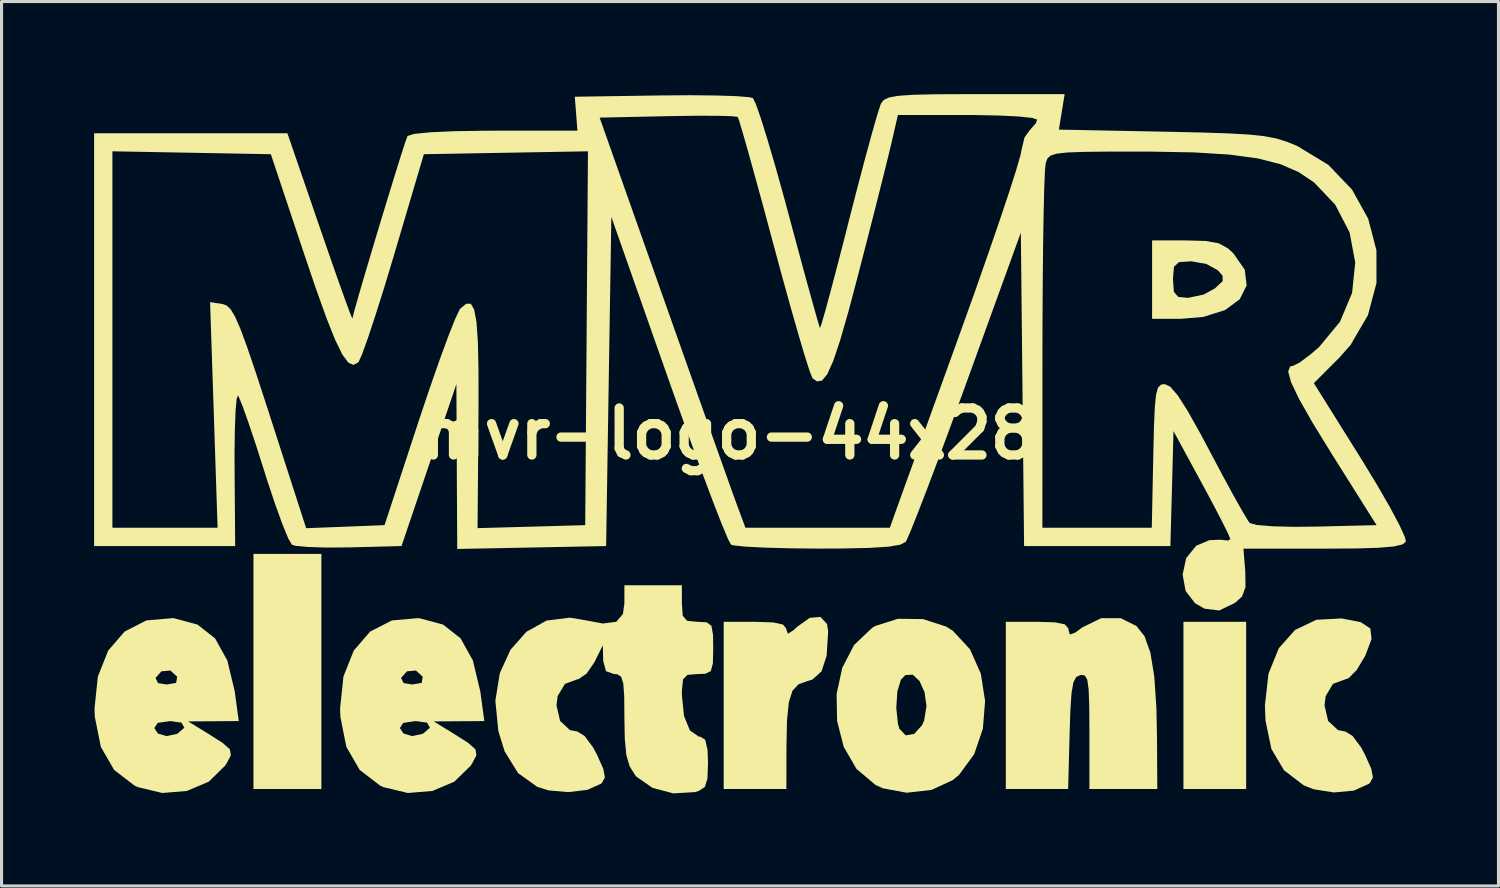
<source format=kicad_pcb>
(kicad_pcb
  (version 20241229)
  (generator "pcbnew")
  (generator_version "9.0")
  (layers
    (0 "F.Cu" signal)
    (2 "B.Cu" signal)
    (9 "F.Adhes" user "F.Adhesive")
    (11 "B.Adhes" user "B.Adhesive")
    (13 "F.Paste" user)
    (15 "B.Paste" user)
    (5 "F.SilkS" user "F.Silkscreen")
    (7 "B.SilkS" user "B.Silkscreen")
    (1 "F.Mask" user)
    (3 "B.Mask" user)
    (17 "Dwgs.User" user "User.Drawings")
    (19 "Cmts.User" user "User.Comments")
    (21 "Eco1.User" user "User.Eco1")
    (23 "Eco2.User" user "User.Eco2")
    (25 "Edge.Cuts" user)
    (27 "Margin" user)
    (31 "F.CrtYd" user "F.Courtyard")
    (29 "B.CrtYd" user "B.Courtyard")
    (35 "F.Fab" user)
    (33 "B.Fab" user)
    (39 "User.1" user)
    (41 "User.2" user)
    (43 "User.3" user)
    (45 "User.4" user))
  (footprint "mvr-logo-44x28"
    (layer "F.Cu")
    (at 20.574 11.007)
    (property "Reference" "mvr-logo-44x28" (at 0 0 0) (layer "F.SilkS") (effects (font (size 1.524 1.524) (thickness 0.3))))
    (attr board_only exclude_from_pos_files exclude_from_bom)
    (fp_poly (pts (xy -13.208 11.515) (xy -15.409 11.515) (xy -15.409 3.895) (xy -13.208 3.895)) (stroke (width 0) (type solid)) (fill yes) (layer "F.SilkS"))
    (fp_poly (pts (xy 16.764 11.515) (xy 14.732 11.515) (xy 14.732 6.096) (xy 16.764 6.096)) (stroke (width 0) (type solid)) (fill yes) (layer "F.SilkS"))
    (fp_poly (pts (xy 3.181 6.168) (xy 3.217 6.413) (xy 3.167 7.198) (xy 3.003 7.701) (xy 2.707 7.967) (xy 2.544 8.017) (xy 2.254 8.121) (xy 2.059 8.333) (xy 1.941 8.71) (xy 1.882 9.309) (xy 1.865 10.189) (xy 1.865 10.202) (xy 1.863 11.515) (xy -0.169 11.515) (xy -0.169 6.096) (xy 0.847 6.096) (xy 1.437 6.116) (xy 1.753 6.185) (xy 1.861 6.319) (xy 1.863 6.35) (xy 1.913 6.483) (xy 2.099 6.364) (xy 2.201 6.265) (xy 2.621 5.967) (xy 2.969 5.938)) (stroke (width 0) (type solid)) (fill yes) (layer "F.SilkS"))
    (fp_poly (pts (xy 15.464 -6.247) (xy 15.877 -6.171) (xy 16.175 -6.007) (xy 16.348 -5.85) (xy 16.719 -5.315) (xy 16.78 -4.807) (xy 16.557 -4.359) (xy 16.079 -4.007) (xy 15.373 -3.785) (xy 14.656 -3.725) (xy 13.716 -3.725) (xy 13.716 -4.995) (xy 14.393 -4.995) (xy 14.422 -4.597) (xy 14.565 -4.433) (xy 14.883 -4.403) (xy 15.388 -4.511) (xy 15.75 -4.709) (xy 16.002 -4.945) (xy 16 -5.122) (xy 15.841 -5.301) (xy 15.476 -5.501) (xy 14.99 -5.588) (xy 14.974 -5.588) (xy 14.585 -5.561) (xy 14.425 -5.411) (xy 14.393 -5.034) (xy 14.393 -4.995) (xy 13.716 -4.995) (xy 13.716 -6.265) (xy 14.824 -6.265)) (stroke (width 0) (type solid)) (fill yes) (layer "F.SilkS"))
    (fp_poly (pts (xy 12.701 5.979) (xy 13.211 6.234) (xy 13.47 6.562) (xy 13.66 7.092) (xy 13.786 7.859) (xy 13.856 8.9) (xy 13.875 9.864) (xy 13.885 11.515) (xy 11.684 11.515) (xy 11.684 9.64) (xy 11.679 8.82) (xy 11.659 8.283) (xy 11.615 7.974) (xy 11.537 7.837) (xy 11.416 7.817) (xy 11.388 7.821) (xy 11.254 7.887) (xy 11.163 8.065) (xy 11.104 8.412) (xy 11.066 8.989) (xy 11.043 9.696) (xy 10.995 11.515) (xy 8.975 11.515) (xy 8.975 6.096) (xy 9.991 6.096) (xy 10.574 6.114) (xy 10.889 6.18) (xy 11.002 6.311) (xy 11.007 6.362) (xy 11.05 6.509) (xy 11.226 6.445) (xy 11.453 6.278) (xy 12.066 5.978)) (stroke (width 0) (type solid)) (fill yes) (layer "F.SilkS"))
    (fp_poly (pts (xy 20.477 6.107) (xy 20.789 6.312) (xy 20.829 6.653) (xy 20.629 7.185) (xy 20.616 7.21) (xy 20.347 7.658) (xy 20.084 7.923) (xy 19.981 7.959) (xy 19.577 8.107) (xy 19.342 8.504) (xy 19.304 8.805) (xy 19.422 9.31) (xy 19.74 9.605) (xy 19.981 9.652) (xy 20.213 9.795) (xy 20.489 10.165) (xy 20.616 10.401) (xy 20.824 10.869) (xy 20.872 11.143) (xy 20.775 11.317) (xy 20.741 11.347) (xy 20.254 11.567) (xy 19.609 11.627) (xy 18.947 11.522) (xy 18.632 11.397) (xy 17.992 10.909) (xy 17.583 10.22) (xy 17.391 9.297) (xy 17.372 8.805) (xy 17.489 7.777) (xy 17.823 6.952) (xy 18.348 6.36) (xy 19.041 6.03) (xy 19.861 5.987)) (stroke (width 0) (type solid)) (fill yes) (layer "F.SilkS"))
    (fp_poly (pts (xy 6.29 6.008) (xy 7.038 6.249) (xy 7.258 6.386) (xy 7.816 6.99) (xy 8.165 7.777) (xy 8.303 8.661) (xy 8.232 9.558) (xy 7.951 10.385) (xy 7.46 11.056) (xy 7.258 11.225) (xy 6.566 11.544) (xy 5.761 11.636) (xy 4.986 11.491) (xy 4.75 11.382) (xy 4.136 10.865) (xy 3.722 10.15) (xy 3.507 9.314) (xy 3.499 8.889) (xy 5.425 8.889) (xy 5.478 9.402) (xy 5.525 9.562) (xy 5.729 9.776) (xy 6.006 9.728) (xy 6.259 9.449) (xy 6.328 9.293) (xy 6.404 8.828) (xy 6.341 8.379) (xy 6.179 8.017) (xy 5.957 7.808) (xy 5.716 7.824) (xy 5.574 7.976) (xy 5.459 8.355) (xy 5.425 8.889) (xy 3.499 8.889) (xy 3.491 8.434) (xy 3.674 7.587) (xy 4.057 6.848) (xy 4.64 6.294) (xy 4.75 6.228) (xy 5.479 5.998)) (stroke (width 0) (type solid)) (fill yes) (layer "F.SilkS"))
    (fp_poly (pts (xy -17.985 5.981) (xy -17.224 6.185) (xy -16.653 6.634) (xy -16.257 7.348) (xy -16.016 8.35) (xy -16.006 8.424) (xy -15.886 9.313) (xy -16.706 9.319) (xy -17.526 9.324) (xy -16.889 9.715) (xy -16.408 10.021) (xy -16.173 10.23) (xy -16.142 10.422) (xy -16.275 10.675) (xy -16.331 10.762) (xy -16.857 11.277) (xy -17.567 11.578) (xy -18.364 11.644) (xy -19.154 11.455) (xy -19.261 11.406) (xy -19.924 10.898) (xy -20.356 10.15) (xy -20.478 9.539) (xy -18.622 9.539) (xy -18.507 9.716) (xy -18.228 9.8) (xy -17.879 9.726) (xy -17.657 9.537) (xy -17.652 9.525) (xy -17.74 9.364) (xy -18.105 9.313) (xy -18.515 9.372) (xy -18.622 9.539) (xy -20.478 9.539) (xy -20.551 9.177) (xy -20.561 8.906) (xy -20.457 7.916) (xy -18.584 7.916) (xy -18.502 8.082) (xy -18.223 8.128) (xy -17.915 8.075) (xy -17.883 7.888) (xy -17.891 7.866) (xy -18.104 7.674) (xy -18.393 7.701) (xy -18.584 7.916) (xy -20.457 7.916) (xy -20.452 7.869) (xy -20.117 7.027) (xy -19.584 6.411) (xy -18.88 6.051) (xy -18.031 5.977)) (stroke (width 0) (type solid)) (fill yes) (layer "F.SilkS"))
    (fp_poly (pts (xy -10.026 5.981) (xy -9.265 6.185) (xy -8.695 6.634) (xy -8.298 7.348) (xy -8.058 8.35) (xy -8.047 8.424) (xy -7.927 9.313) (xy -8.747 9.319) (xy -9.567 9.324) (xy -8.931 9.715) (xy -8.449 10.021) (xy -8.214 10.23) (xy -8.184 10.422) (xy -8.316 10.675) (xy -8.372 10.762) (xy -8.899 11.277) (xy -9.608 11.578) (xy -10.406 11.644) (xy -11.196 11.455) (xy -11.302 11.406) (xy -11.965 10.898) (xy -12.398 10.15) (xy -12.52 9.539) (xy -10.664 9.539) (xy -10.548 9.716) (xy -10.269 9.8) (xy -9.921 9.726) (xy -9.698 9.537) (xy -9.693 9.525) (xy -9.782 9.364) (xy -10.146 9.313) (xy -10.556 9.372) (xy -10.664 9.539) (xy -12.52 9.539) (xy -12.592 9.177) (xy -12.602 8.906) (xy -12.498 7.916) (xy -10.626 7.916) (xy -10.543 8.082) (xy -10.264 8.128) (xy -9.956 8.075) (xy -9.925 7.888) (xy -9.933 7.866) (xy -10.145 7.674) (xy -10.435 7.701) (xy -10.626 7.916) (xy -12.498 7.916) (xy -12.493 7.869) (xy -12.158 7.027) (xy -11.626 6.411) (xy -10.921 6.051) (xy -10.072 5.977)) (stroke (width 0) (type solid)) (fill yes) (layer "F.SilkS"))
    (fp_poly (pts (xy -1.524 5.503) (xy -1.496 5.902) (xy -1.352 6.065) (xy -1.016 6.096) (xy -0.715 6.114) (xy -0.565 6.228) (xy -0.514 6.525) (xy -0.508 6.943) (xy -0.519 7.444) (xy -0.587 7.694) (xy -0.765 7.78) (xy -1.016 7.789) (xy -1.34 7.815) (xy -1.485 7.958) (xy -1.523 8.313) (xy -1.524 8.478) (xy -1.454 9.153) (xy -1.262 9.619) (xy -0.973 9.818) (xy -0.925 9.821) (xy -0.768 9.919) (xy -0.692 10.25) (xy -0.677 10.665) (xy -0.695 11.175) (xy -0.779 11.447) (xy -0.973 11.577) (xy -1.102 11.615) (xy -1.8 11.657) (xy -2.476 11.478) (xy -2.996 11.116) (xy -3.041 11.062) (xy -3.22 10.774) (xy -3.325 10.411) (xy -3.375 9.881) (xy -3.387 9.206) (xy -3.393 8.513) (xy -3.423 8.091) (xy -3.493 7.875) (xy -3.618 7.797) (xy -3.725 7.789) (xy -3.985 7.696) (xy -4.073 7.366) (xy -4.075 7.324) (xy -4.086 6.858) (xy -4.36 7.408) (xy -4.61 7.773) (xy -4.871 7.954) (xy -4.908 7.959) (xy -5.314 8.107) (xy -5.551 8.504) (xy -5.588 8.805) (xy -5.47 9.31) (xy -5.152 9.605) (xy -4.911 9.652) (xy -4.679 9.795) (xy -4.403 10.165) (xy -4.276 10.401) (xy -4.068 10.869) (xy -4.02 11.143) (xy -4.117 11.317) (xy -4.151 11.347) (xy -4.592 11.543) (xy -5.205 11.616) (xy -5.84 11.561) (xy -6.21 11.446) (xy -6.832 11) (xy -7.268 10.297) (xy -7.474 9.63) (xy -7.569 8.654) (xy -7.426 7.763) (xy -7.079 7.003) (xy -6.563 6.419) (xy -5.911 6.057) (xy -5.158 5.961) (xy -4.765 6.025) (xy -4.081 6.151) (xy -3.65 6.095) (xy -3.434 5.841) (xy -3.387 5.492) (xy -3.387 4.911) (xy -1.524 4.911)) (stroke (width 0) (type solid)) (fill yes) (layer "F.SilkS"))
    (fp_poly (pts (xy 10.788 -10.431) (xy 10.695 -9.856) (xy 14.11 -9.789) (xy 15.29 -9.763) (xy 16.188 -9.734) (xy 16.86 -9.696) (xy 17.362 -9.642) (xy 17.751 -9.567) (xy 18.083 -9.464) (xy 18.415 -9.328) (xy 18.421 -9.325) (xy 19.426 -8.715) (xy 20.196 -7.912) (xy 20.719 -6.97) (xy 20.987 -5.943) (xy 20.988 -4.882) (xy 20.711 -3.841) (xy 20.146 -2.873) (xy 19.79 -2.471) (xy 18.959 -1.639) (xy 20.494 0.816) (xy 20.994 1.636) (xy 21.416 2.367) (xy 21.731 2.957) (xy 21.912 3.355) (xy 21.942 3.498) (xy 21.831 3.589) (xy 21.55 3.654) (xy 21.058 3.696) (xy 20.311 3.719) (xy 19.269 3.725) (xy 19.266 3.725) (xy 16.677 3.725) (xy 16.736 4.467) (xy 16.743 4.971) (xy 16.631 5.276) (xy 16.403 5.483) (xy 15.891 5.729) (xy 15.416 5.671) (xy 15.108 5.494) (xy 14.801 5.095) (xy 14.706 4.565) (xy 14.82 4.035) (xy 15.14 3.636) (xy 15.156 3.625) (xy 15.574 3.45) (xy 15.918 3.436) (xy 16.187 3.462) (xy 16.253 3.413) (xy 16.175 3.228) (xy 15.967 2.811) (xy 15.661 2.225) (xy 15.33 1.609) (xy 14.41 -0.085) (xy 14.359 1.778) (xy 14.309 3.641) (xy 9.567 3.641) (xy 9.561 3.048) (xy 10.16 3.048) (xy 13.706 3.048) (xy 13.754 0.72) (xy 13.776 -0.211) (xy 13.803 -0.854) (xy 13.844 -1.264) (xy 13.907 -1.491) (xy 14.001 -1.589) (xy 14.123 -1.609) (xy 14.303 -1.524) (xy 14.543 -1.248) (xy 14.864 -0.747) (xy 15.289 0.011) (xy 15.582 0.562) (xy 15.999 1.348) (xy 16.371 2.031) (xy 16.665 2.552) (xy 16.849 2.852) (xy 16.883 2.896) (xy 17.112 2.958) (xy 17.611 3) (xy 18.311 3.018) (xy 19.018 3.011) (xy 20.991 2.963) (xy 19.555 0.681) (xy 18.923 -0.346) (xy 18.48 -1.124) (xy 18.218 -1.673) (xy 18.126 -2.018) (xy 18.193 -2.181) (xy 18.288 -2.201) (xy 18.5 -2.307) (xy 18.86 -2.578) (xy 19.124 -2.805) (xy 19.805 -3.628) (xy 20.197 -4.562) (xy 20.3 -5.547) (xy 20.118 -6.521) (xy 19.65 -7.424) (xy 18.965 -8.145) (xy 18.465 -8.48) (xy 17.873 -8.737) (xy 17.141 -8.923) (xy 16.221 -9.047) (xy 15.068 -9.118) (xy 13.632 -9.144) (xy 13.362 -9.144) (xy 12.29 -9.143) (xy 11.508 -9.135) (xy 10.969 -9.115) (xy 10.624 -9.077) (xy 10.426 -9.015) (xy 10.326 -8.922) (xy 10.275 -8.794) (xy 10.267 -8.763) (xy 10.242 -8.507) (xy 10.22 -7.955) (xy 10.2 -7.149) (xy 10.184 -6.132) (xy 10.172 -4.947) (xy 10.164 -3.636) (xy 10.162 -2.667) (xy 10.16 3.048) (xy 9.561 3.048) (xy 9.515 -1.439) (xy 9.462 -6.519) (xy 7.685 -1.615) (xy 7.238 -0.389) (xy 6.82 0.74) (xy 6.447 1.729) (xy 6.135 2.539) (xy 5.9 3.129) (xy 5.757 3.457) (xy 5.728 3.507) (xy 5.552 3.597) (xy 5.172 3.661) (xy 4.551 3.701) (xy 3.654 3.72) (xy 2.9 3.723) (xy 1.979 3.714) (xy 1.173 3.692) (xy 0.544 3.66) (xy 0.157 3.62) (xy 0.069 3.596) (xy -0.03 3.411) (xy -0.225 2.945) (xy -0.502 2.236) (xy -0.845 1.323) (xy -1.241 0.244) (xy -1.674 -0.962) (xy -1.963 -1.778) (xy -3.81 -7.027) (xy -3.895 -1.693) (xy -3.979 3.641) (xy -6.392 3.688) (xy -8.805 3.735) (xy -8.819 1.063) (xy -8.832 -1.609) (xy -9.721 1.016) (xy -10.611 3.641) (xy -12.29 3.684) (xy -13.025 3.69) (xy -13.638 3.671) (xy -14.048 3.632) (xy -14.162 3.599) (xy -14.28 3.398) (xy -14.47 2.936) (xy -14.71 2.273) (xy -14.977 1.472) (xy -15.067 1.185) (xy -15.333 0.352) (xy -15.573 -0.365) (xy -15.766 -0.905) (xy -15.889 -1.203) (xy -15.911 -1.238) (xy -15.955 -1.129) (xy -15.99 -0.735) (xy -16.013 -0.112) (xy -16.023 0.685) (xy -16.021 1.132) (xy -16.002 3.641) (xy -20.574 3.641) (xy -20.574 -9.153) (xy -19.981 -9.153) (xy -19.981 3.048) (xy -16.572 3.048) (xy -16.693 -0.608) (xy -16.815 -4.264) (xy -16.421 -4.206) (xy -16.284 -4.16) (xy -16.152 -4.038) (xy -16.008 -3.8) (xy -15.836 -3.408) (xy -15.619 -2.821) (xy -15.34 -2.001) (xy -14.983 -0.908) (xy -14.865 -0.543) (xy -13.702 3.062) (xy -12.431 3.013) (xy -11.161 2.963) (xy -10.05 -0.423) (xy -9.706 -1.449) (xy -9.383 -2.373) (xy -9.1 -3.145) (xy -8.875 -3.712) (xy -8.728 -4.023) (xy -8.704 -4.057) (xy -8.513 -4.213) (xy -8.365 -4.213) (xy -8.257 -4.026) (xy -8.182 -3.626) (xy -8.136 -2.982) (xy -8.116 -2.066) (xy -8.115 -0.849) (xy -8.118 -0.432) (xy -8.146 3.06) (xy -6.401 3.012) (xy -4.657 2.963) (xy -4.612 -3.095) (xy -4.568 -9.153) (xy -7.228 -9.106) (xy -9.887 -9.059) (xy -10.857 -5.779) (xy -11.161 -4.771) (xy -11.445 -3.87) (xy -11.69 -3.128) (xy -11.881 -2.598) (xy -11.998 -2.331) (xy -12.01 -2.315) (xy -12.167 -2.23) (xy -12.334 -2.303) (xy -12.527 -2.563) (xy -12.76 -3.038) (xy -13.046 -3.757) (xy -13.401 -4.748) (xy -13.774 -5.849) (xy -14.846 -9.059) (xy -17.413 -9.106) (xy -19.981 -9.153) (xy -20.574 -9.153) (xy -20.574 -9.737) (xy -14.309 -9.737) (xy -13.261 -6.689) (xy -12.935 -5.747) (xy -12.65 -4.934) (xy -12.421 -4.295) (xy -12.267 -3.878) (xy -12.203 -3.73) (xy -12.203 -3.732) (xy -12.148 -3.956) (xy -12.013 -4.434) (xy -11.818 -5.102) (xy -11.583 -5.894) (xy -11.327 -6.747) (xy -11.069 -7.595) (xy -10.83 -8.374) (xy -10.628 -9.02) (xy -10.483 -9.467) (xy -10.415 -9.65) (xy -10.207 -9.716) (xy -9.699 -9.768) (xy -8.929 -9.804) (xy -7.935 -9.82) (xy -7.609 -9.821) (xy -4.909 -9.821) (xy -4.942 -10.245) (xy -4.19 -10.245) (xy -2.094 -4.318) (xy -1.607 -2.941) (xy -1.145 -1.638) (xy -0.724 -0.45) (xy -0.357 0.582) (xy -0.059 1.417) (xy 0.154 2.014) (xy 0.269 2.328) (xy 0.536 3.048) (xy 5.216 3.048) (xy 5.382 2.582) (xy 5.478 2.316) (xy 5.674 1.771) (xy 5.956 0.99) (xy 6.309 0.012) (xy 6.718 -1.121) (xy 7.169 -2.369) (xy 7.515 -3.327) (xy 7.982 -4.629) (xy 8.408 -5.845) (xy 8.782 -6.932) (xy 9.09 -7.853) (xy 9.317 -8.565) (xy 9.451 -9.03) (xy 9.483 -9.191) (xy 9.58 -9.601) (xy 9.737 -9.821) (xy 9.95 -10.066) (xy 9.991 -10.181) (xy 9.832 -10.235) (xy 9.396 -10.281) (xy 8.746 -10.313) (xy 7.944 -10.329) (xy 7.734 -10.329) (xy 5.477 -10.329) (xy 5.273 -9.44) (xy 5.167 -9) (xy 4.993 -8.3) (xy 4.768 -7.405) (xy 4.507 -6.385) (xy 4.229 -5.305) (xy 4.2 -5.191) (xy 3.872 -3.953) (xy 3.602 -3.016) (xy 3.379 -2.351) (xy 3.188 -1.929) (xy 3.017 -1.721) (xy 2.854 -1.696) (xy 2.71 -1.798) (xy 2.628 -1.997) (xy 2.473 -2.477) (xy 2.26 -3.193) (xy 2.001 -4.1) (xy 1.71 -5.151) (xy 1.461 -6.072) (xy 1.158 -7.2) (xy 0.88 -8.216) (xy 0.642 -9.075) (xy 0.455 -9.733) (xy 0.332 -10.145) (xy 0.287 -10.268) (xy 0.1 -10.291) (xy -0.359 -10.304) (xy -1.026 -10.306) (xy -1.835 -10.295) (xy -1.987 -10.292) (xy -4.19 -10.245) (xy -4.942 -10.245) (xy -4.952 -10.372) (xy -4.995 -10.922) (xy -2.201 -10.964) (xy -1.254 -10.971) (xy -0.422 -10.962) (xy 0.235 -10.941) (xy 0.657 -10.908) (xy 0.778 -10.879) (xy 0.873 -10.685) (xy 1.039 -10.212) (xy 1.258 -9.508) (xy 1.518 -8.623) (xy 1.802 -7.604) (xy 1.934 -7.112) (xy 2.218 -6.057) (xy 2.472 -5.118) (xy 2.686 -4.341) (xy 2.845 -3.776) (xy 2.936 -3.468) (xy 2.952 -3.426) (xy 3.005 -3.569) (xy 3.127 -3.993) (xy 3.306 -4.653) (xy 3.529 -5.5) (xy 3.784 -6.49) (xy 3.887 -6.897) (xy 4.159 -7.955) (xy 4.412 -8.914) (xy 4.632 -9.72) (xy 4.804 -10.321) (xy 4.914 -10.664) (xy 4.934 -10.71) (xy 5.023 -10.819) (xy 5.189 -10.898) (xy 5.482 -10.951) (xy 5.95 -10.984) (xy 6.642 -11.001) (xy 7.608 -11.006) (xy 7.987 -11.007) (xy 10.882 -11.007)) (stroke (width 0) (type solid)) (fill yes) (layer "F.SilkS")))
  (gr_rect
    (start -3 -3)
    (end 45.516 25.664)
    (stroke (width 0.1) (type default))
    (fill no)
    (layer "Edge.Cuts")))
</source>
